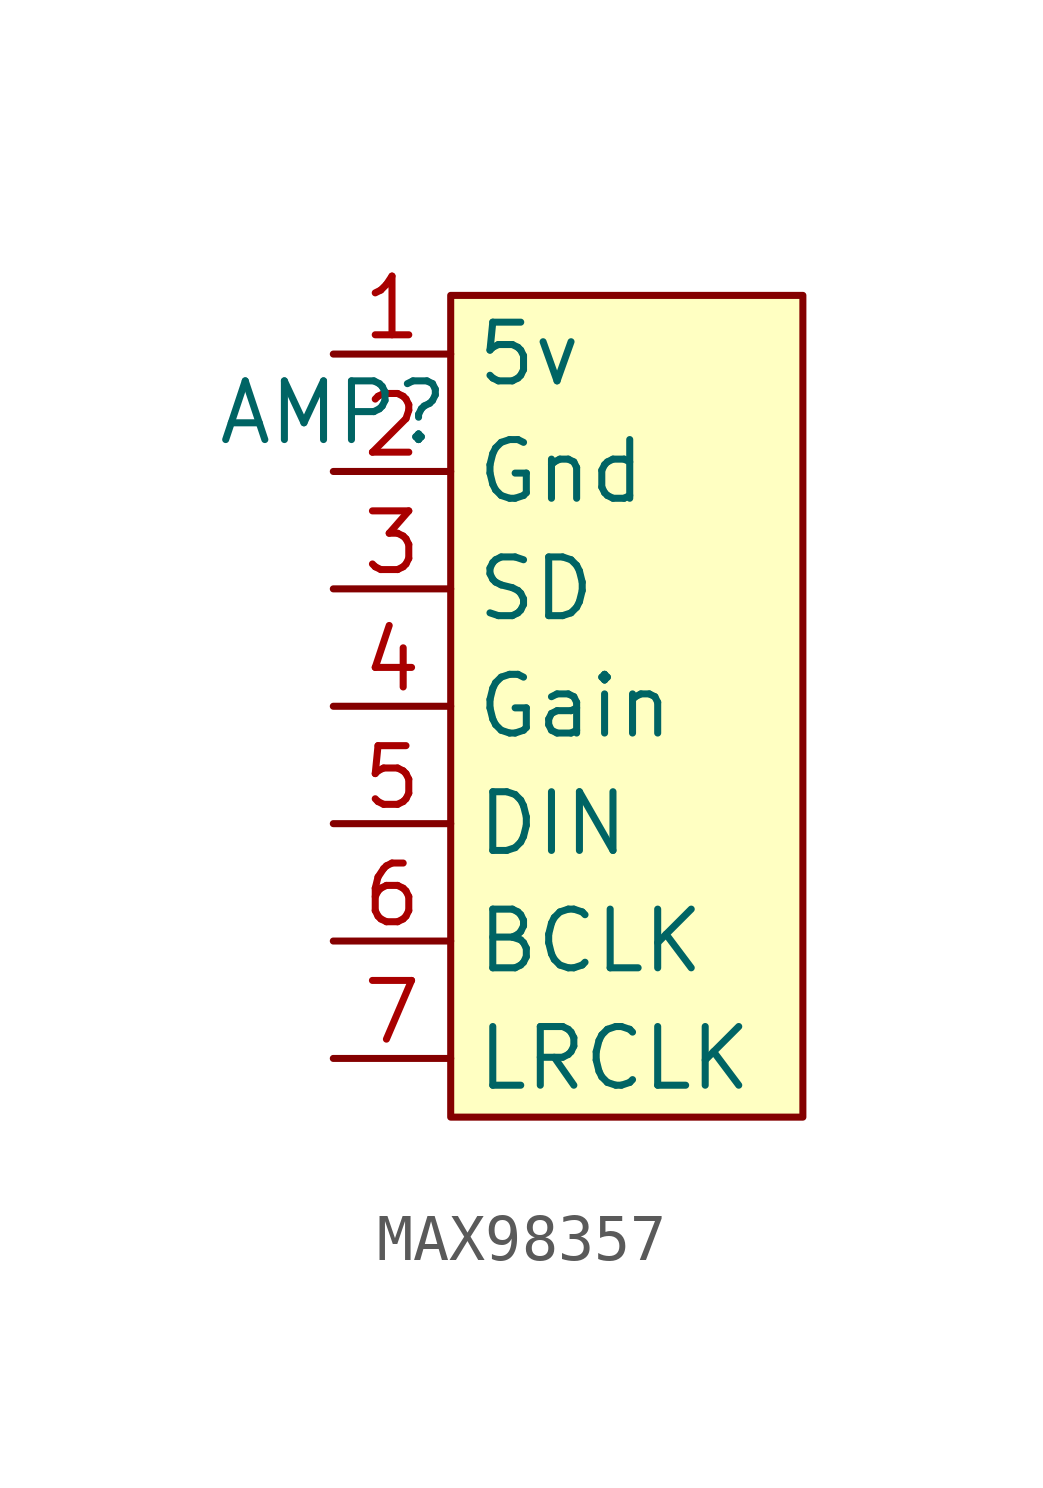
<source format=kicad_sym>
(kicad_symbol_lib
  (version 20220914)
  (generator kicad_symbol_editor)
  (symbol "MAX98357"
    (property "Reference" "AMP"
      (at 0 0 0)
      (effects (font (size 1.27 1.27))))
    (property "Value" ""
      (at 0 0 0)
      (effects (font (size 1.27 1.27))))
    (symbol "MAX98357_1_1"
      (rectangle (start 2.54 2.54) (end 10.16 -15.24) (stroke (width 0) (type default)) (fill (type background)))
      (pin power_in line (at 0 1.27 0) (length 2.54) (name "5v" (effects (font (size 1.27 1.27)))) (number "1" (effects (font (size 1.27 1.27)))))
      (pin power_in line (at 0 -1.27 0) (length 2.54) (name "Gnd" (effects (font (size 1.27 1.27)))) (number "2" (effects (font (size 1.27 1.27)))))
      (pin input line (at 0 -3.81 0) (length 2.54) (name "SD" (effects (font (size 1.27 1.27)))) (number "3" (effects (font (size 1.27 1.27)))))
      (pin input line (at 0 -6.35 0) (length 2.54) (name "Gain" (effects (font (size 1.27 1.27)))) (number "4" (effects (font (size 1.27 1.27)))))
      (pin input line (at 0 -8.89 0) (length 2.54) (name "DIN" (effects (font (size 1.27 1.27)))) (number "5" (effects (font (size 1.27 1.27)))))
      (pin bidirectional line (at 0 -11.43 0) (length 2.54) (name "BCLK" (effects (font (size 1.27 1.27)))) (number "6" (effects (font (size 1.27 1.27)))))
      (pin bidirectional line (at 0 -13.97 0) (length 2.54) (name "LRCLK" (effects (font (size 1.27 1.27)))) (number "7" (effects (font (size 1.27 1.27))))))))
</source>
